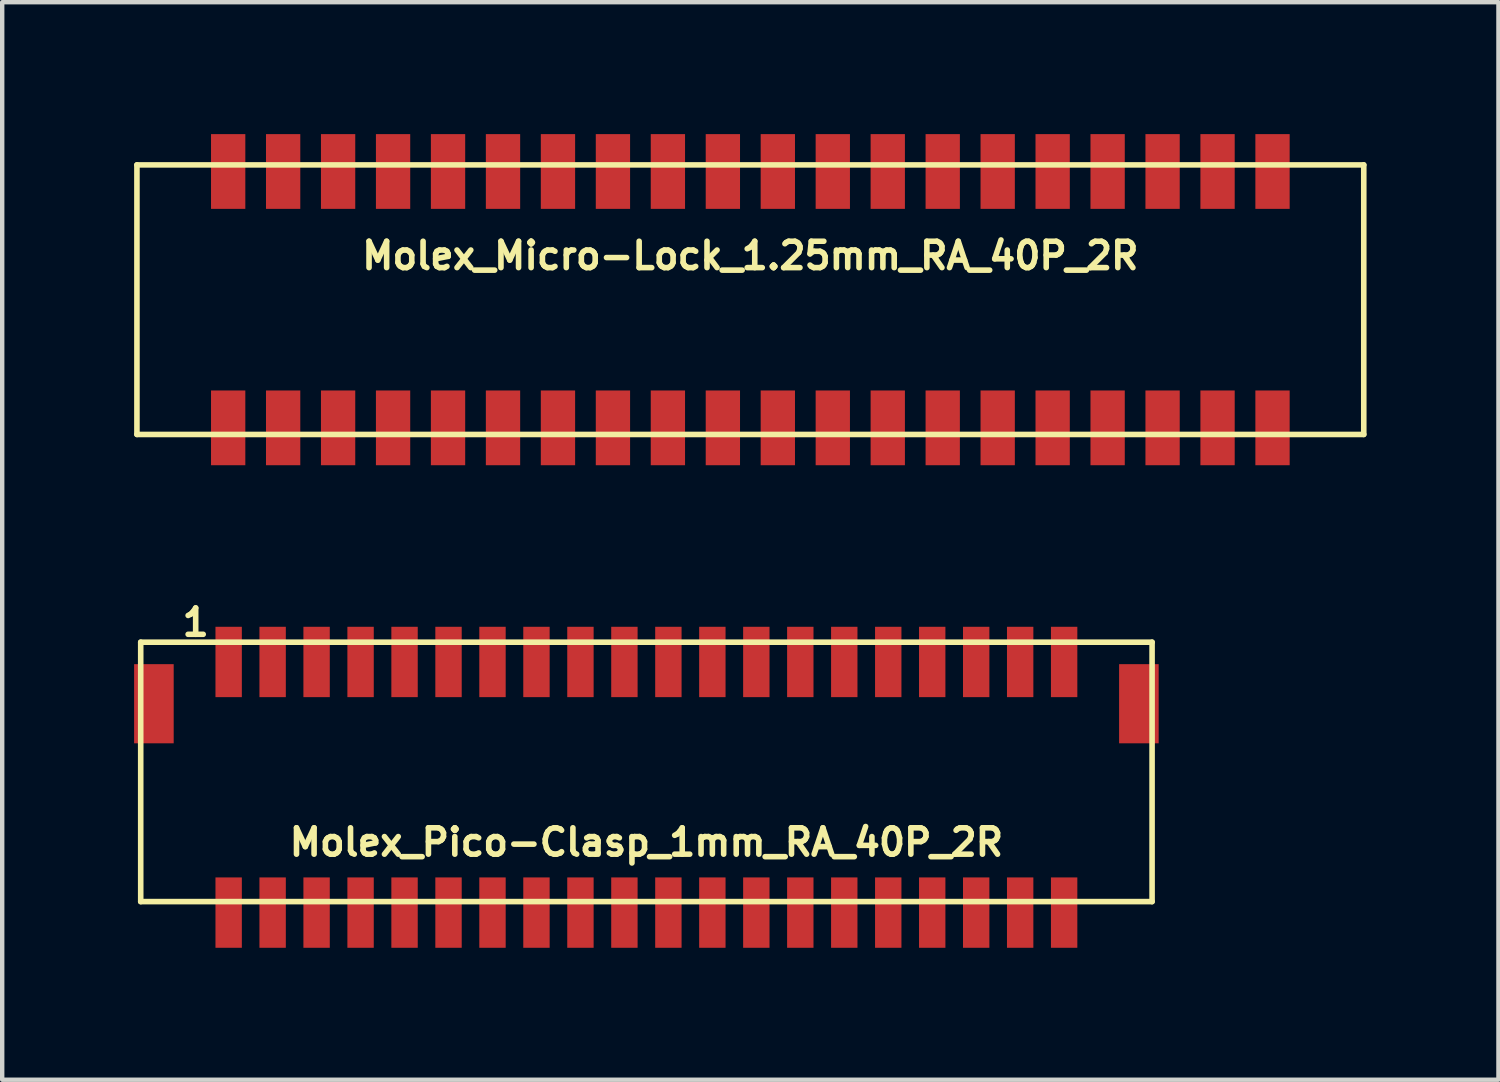
<source format=kicad_pcb>
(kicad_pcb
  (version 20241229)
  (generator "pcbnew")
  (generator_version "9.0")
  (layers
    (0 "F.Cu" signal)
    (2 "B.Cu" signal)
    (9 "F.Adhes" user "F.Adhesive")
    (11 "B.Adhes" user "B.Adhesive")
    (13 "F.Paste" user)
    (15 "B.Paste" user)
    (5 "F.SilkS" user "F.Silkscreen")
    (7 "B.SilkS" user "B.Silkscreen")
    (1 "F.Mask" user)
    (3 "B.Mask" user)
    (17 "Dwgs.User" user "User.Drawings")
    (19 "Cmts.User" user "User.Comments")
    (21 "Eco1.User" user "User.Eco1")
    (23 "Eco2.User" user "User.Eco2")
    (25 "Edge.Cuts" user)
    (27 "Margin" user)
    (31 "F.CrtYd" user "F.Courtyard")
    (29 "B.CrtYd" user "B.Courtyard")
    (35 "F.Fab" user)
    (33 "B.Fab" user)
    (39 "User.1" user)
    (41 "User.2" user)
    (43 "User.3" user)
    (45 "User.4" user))
  (footprint "Molex_Micro-Lock_1.25mm_RA_40P_2R"
    (layer "F.Cu")
    (at 14.014 3.765)
    (property "Reference" "Molex_Micro-Lock_1.25mm_RA_40P_2R" (at 0 -1 0) (layer "F.SilkS") (effects (font (size 0.6 0.6) (thickness 0.127))))
    (attr smd)
    (fp_line (start -13.95 -3.065) (end 13.95 -3.065) (stroke (width 0.127) (type solid)) (layer "F.SilkS"))
    (fp_line (start -13.95 3.065) (end -13.95 -3.065) (stroke (width 0.127) (type solid)) (layer "F.SilkS"))
    (fp_line (start -13.95 3.065) (end 13.95 3.065) (stroke (width 0.127) (type solid)) (layer "F.SilkS"))
    (fp_line (start 13.95 -3.065) (end 13.95 3.065) (stroke (width 0.127) (type solid)) (layer "F.SilkS"))
    (pad "1" smd rect (at -11.875 -2.915) (size 0.78 1.7) (layers "F.Cu" "F.Mask" "F.Paste"))
    (pad "2" smd rect (at -11.875 2.915) (size 0.78 1.7) (layers "F.Cu" "F.Mask" "F.Paste"))
    (pad "3" smd rect (at -10.625 -2.915) (size 0.78 1.7) (layers "F.Cu" "F.Mask" "F.Paste"))
    (pad "4" smd rect (at -10.625 2.915) (size 0.78 1.7) (layers "F.Cu" "F.Mask" "F.Paste"))
    (pad "5" smd rect (at -9.375 -2.915) (size 0.78 1.7) (layers "F.Cu" "F.Mask" "F.Paste"))
    (pad "6" smd rect (at -9.375 2.915) (size 0.78 1.7) (layers "F.Cu" "F.Mask" "F.Paste"))
    (pad "7" smd rect (at -8.125 -2.915) (size 0.78 1.7) (layers "F.Cu" "F.Mask" "F.Paste"))
    (pad "8" smd rect (at -8.125 2.915) (size 0.78 1.7) (layers "F.Cu" "F.Mask" "F.Paste"))
    (pad "9" smd rect (at -6.875 -2.915) (size 0.78 1.7) (layers "F.Cu" "F.Mask" "F.Paste"))
    (pad "10" smd rect (at -6.875 2.915) (size 0.78 1.7) (layers "F.Cu" "F.Mask" "F.Paste"))
    (pad "11" smd rect (at -5.625 -2.915) (size 0.78 1.7) (layers "F.Cu" "F.Mask" "F.Paste"))
    (pad "12" smd rect (at -5.625 2.915) (size 0.78 1.7) (layers "F.Cu" "F.Mask" "F.Paste"))
    (pad "13" smd rect (at -4.375 -2.915) (size 0.78 1.7) (layers "F.Cu" "F.Mask" "F.Paste"))
    (pad "14" smd rect (at -4.375 2.915) (size 0.78 1.7) (layers "F.Cu" "F.Mask" "F.Paste"))
    (pad "15" smd rect (at -3.125 -2.915) (size 0.78 1.7) (layers "F.Cu" "F.Mask" "F.Paste"))
    (pad "16" smd rect (at -3.125 2.915) (size 0.78 1.7) (layers "F.Cu" "F.Mask" "F.Paste"))
    (pad "17" smd rect (at -1.875 -2.915) (size 0.78 1.7) (layers "F.Cu" "F.Mask" "F.Paste"))
    (pad "18" smd rect (at -1.875 2.915) (size 0.78 1.7) (layers "F.Cu" "F.Mask" "F.Paste"))
    (pad "19" smd rect (at -0.625 -2.915) (size 0.78 1.7) (layers "F.Cu" "F.Mask" "F.Paste"))
    (pad "20" smd rect (at -0.625 2.915) (size 0.78 1.7) (layers "F.Cu" "F.Mask" "F.Paste"))
    (pad "21" smd rect (at 0.625 -2.915) (size 0.78 1.7) (layers "F.Cu" "F.Mask" "F.Paste"))
    (pad "22" smd rect (at 0.625 2.915) (size 0.78 1.7) (layers "F.Cu" "F.Mask" "F.Paste"))
    (pad "23" smd rect (at 1.875 -2.915) (size 0.78 1.7) (layers "F.Cu" "F.Mask" "F.Paste"))
    (pad "24" smd rect (at 1.875 2.915) (size 0.78 1.7) (layers "F.Cu" "F.Mask" "F.Paste"))
    (pad "25" smd rect (at 3.125 -2.915) (size 0.78 1.7) (layers "F.Cu" "F.Mask" "F.Paste"))
    (pad "26" smd rect (at 3.125 2.915) (size 0.78 1.7) (layers "F.Cu" "F.Mask" "F.Paste"))
    (pad "27" smd rect (at 4.375 -2.915) (size 0.78 1.7) (layers "F.Cu" "F.Mask" "F.Paste"))
    (pad "28" smd rect (at 4.375 2.915) (size 0.78 1.7) (layers "F.Cu" "F.Mask" "F.Paste"))
    (pad "29" smd rect (at 5.625 -2.915) (size 0.78 1.7) (layers "F.Cu" "F.Mask" "F.Paste"))
    (pad "30" smd rect (at 5.625 2.915) (size 0.78 1.7) (layers "F.Cu" "F.Mask" "F.Paste"))
    (pad "31" smd rect (at 6.875 -2.915) (size 0.78 1.7) (layers "F.Cu" "F.Mask" "F.Paste"))
    (pad "32" smd rect (at 6.875 2.915) (size 0.78 1.7) (layers "F.Cu" "F.Mask" "F.Paste"))
    (pad "33" smd rect (at 8.125 -2.915) (size 0.78 1.7) (layers "F.Cu" "F.Mask" "F.Paste"))
    (pad "34" smd rect (at 8.125 2.915) (size 0.78 1.7) (layers "F.Cu" "F.Mask" "F.Paste"))
    (pad "35" smd rect (at 9.375 -2.915) (size 0.78 1.7) (layers "F.Cu" "F.Mask" "F.Paste"))
    (pad "36" smd rect (at 9.375 2.915) (size 0.78 1.7) (layers "F.Cu" "F.Mask" "F.Paste"))
    (pad "37" smd rect (at 10.625 -2.915) (size 0.78 1.7) (layers "F.Cu" "F.Mask" "F.Paste"))
    (pad "38" smd rect (at 10.625 2.915) (size 0.78 1.7) (layers "F.Cu" "F.Mask" "F.Paste"))
    (pad "39" smd rect (at 11.875 -2.915) (size 0.78 1.7) (layers "F.Cu" "F.Mask" "F.Paste"))
    (pad "40" smd rect (at 11.875 2.915) (size 0.78 1.7) (layers "F.Cu" "F.Mask" "F.Paste")))
  (footprint "Molex_Pico-Clasp_1mm_RA_40P_2R"
    (layer "F.Cu")
    (at 11.65 14.854)
    (property "Reference" "Molex_Pico-Clasp_1mm_RA_40P_2R" (at 0 1.25 0) (layer "F.SilkS") (effects (font (size 0.6 0.6) (thickness 0.127))))
    (attr smd)
    (fp_line (start -11.5 -3.3) (end -11.5 2.6) (stroke (width 0.127) (type solid)) (layer "F.SilkS"))
    (fp_line (start -11.5 2.6) (end 11.5 2.6) (stroke (width 0.127) (type solid)) (layer "F.SilkS"))
    (fp_line (start 11.5 -3.3) (end -11.5 -3.3) (stroke (width 0.127) (type solid)) (layer "F.SilkS"))
    (fp_line (start 11.5 2.6) (end 11.5 -3.3) (stroke (width 0.127) (type solid)) (layer "F.SilkS"))
    (fp_text user "1" (at -10.25 -3.75 0) (layer "F.SilkS") (effects (font (size 0.6 0.6) (thickness 0.127))))
    (pad "1" smd rect (at -9.5 -2.85) (size 0.6 1.6) (layers "F.Cu" "F.Mask" "F.Paste"))
    (pad "2" smd rect (at -9.5 2.85) (size 0.6 1.6) (layers "F.Cu" "F.Mask" "F.Paste"))
    (pad "3" smd rect (at -8.5 -2.85) (size 0.6 1.6) (layers "F.Cu" "F.Mask" "F.Paste"))
    (pad "4" smd rect (at -8.5 2.85) (size 0.6 1.6) (layers "F.Cu" "F.Mask" "F.Paste"))
    (pad "5" smd rect (at -7.5 -2.85) (size 0.6 1.6) (layers "F.Cu" "F.Mask" "F.Paste"))
    (pad "6" smd rect (at -7.5 2.85) (size 0.6 1.6) (layers "F.Cu" "F.Mask" "F.Paste"))
    (pad "7" smd rect (at -6.5 -2.85) (size 0.6 1.6) (layers "F.Cu" "F.Mask" "F.Paste"))
    (pad "8" smd rect (at -6.5 2.85) (size 0.6 1.6) (layers "F.Cu" "F.Mask" "F.Paste"))
    (pad "9" smd rect (at -5.5 -2.85) (size 0.6 1.6) (layers "F.Cu" "F.Mask" "F.Paste"))
    (pad "10" smd rect (at -5.5 2.85) (size 0.6 1.6) (layers "F.Cu" "F.Mask" "F.Paste"))
    (pad "11" smd rect (at -4.5 -2.85) (size 0.6 1.6) (layers "F.Cu" "F.Mask" "F.Paste"))
    (pad "12" smd rect (at -4.5 2.85) (size 0.6 1.6) (layers "F.Cu" "F.Mask" "F.Paste"))
    (pad "13" smd rect (at -3.5 -2.85) (size 0.6 1.6) (layers "F.Cu" "F.Mask" "F.Paste"))
    (pad "14" smd rect (at -3.5 2.85) (size 0.6 1.6) (layers "F.Cu" "F.Mask" "F.Paste"))
    (pad "15" smd rect (at -2.5 -2.85) (size 0.6 1.6) (layers "F.Cu" "F.Mask" "F.Paste"))
    (pad "16" smd rect (at -2.5 2.85) (size 0.6 1.6) (layers "F.Cu" "F.Mask" "F.Paste"))
    (pad "17" smd rect (at -1.5 -2.85) (size 0.6 1.6) (layers "F.Cu" "F.Mask" "F.Paste"))
    (pad "18" smd rect (at -1.5 2.85) (size 0.6 1.6) (layers "F.Cu" "F.Mask" "F.Paste"))
    (pad "19" smd rect (at -0.5 -2.85) (size 0.6 1.6) (layers "F.Cu" "F.Mask" "F.Paste"))
    (pad "20" smd rect (at -0.5 2.85) (size 0.6 1.6) (layers "F.Cu" "F.Mask" "F.Paste"))
    (pad "21" smd rect (at 0.5 -2.85) (size 0.6 1.6) (layers "F.Cu" "F.Mask" "F.Paste"))
    (pad "22" smd rect (at 0.5 2.85) (size 0.6 1.6) (layers "F.Cu" "F.Mask" "F.Paste"))
    (pad "23" smd rect (at 1.5 -2.85) (size 0.6 1.6) (layers "F.Cu" "F.Mask" "F.Paste"))
    (pad "24" smd rect (at 1.5 2.85) (size 0.6 1.6) (layers "F.Cu" "F.Mask" "F.Paste"))
    (pad "25" smd rect (at 2.5 -2.85) (size 0.6 1.6) (layers "F.Cu" "F.Mask" "F.Paste"))
    (pad "26" smd rect (at 2.5 2.85) (size 0.6 1.6) (layers "F.Cu" "F.Mask" "F.Paste"))
    (pad "27" smd rect (at 3.5 -2.85) (size 0.6 1.6) (layers "F.Cu" "F.Mask" "F.Paste"))
    (pad "28" smd rect (at 3.5 2.85) (size 0.6 1.6) (layers "F.Cu" "F.Mask" "F.Paste"))
    (pad "29" smd rect (at 4.5 -2.85) (size 0.6 1.6) (layers "F.Cu" "F.Mask" "F.Paste"))
    (pad "30" smd rect (at 4.5 2.85) (size 0.6 1.6) (layers "F.Cu" "F.Mask" "F.Paste"))
    (pad "31" smd rect (at 5.5 -2.85) (size 0.6 1.6) (layers "F.Cu" "F.Mask" "F.Paste"))
    (pad "32" smd rect (at 5.5 2.85) (size 0.6 1.6) (layers "F.Cu" "F.Mask" "F.Paste"))
    (pad "33" smd rect (at 6.5 -2.85) (size 0.6 1.6) (layers "F.Cu" "F.Mask" "F.Paste"))
    (pad "34" smd rect (at 6.5 2.85) (size 0.6 1.6) (layers "F.Cu" "F.Mask" "F.Paste"))
    (pad "35" smd rect (at 7.5 -2.85) (size 0.6 1.6) (layers "F.Cu" "F.Mask" "F.Paste"))
    (pad "36" smd rect (at 7.5 2.85) (size 0.6 1.6) (layers "F.Cu" "F.Mask" "F.Paste"))
    (pad "37" smd rect (at 8.5 -2.85) (size 0.6 1.6) (layers "F.Cu" "F.Mask" "F.Paste"))
    (pad "38" smd rect (at 8.5 2.85) (size 0.6 1.6) (layers "F.Cu" "F.Mask" "F.Paste"))
    (pad "39" smd rect (at 9.5 -2.85) (size 0.6 1.6) (layers "F.Cu" "F.Mask" "F.Paste"))
    (pad "40" smd rect (at 9.5 2.85) (size 0.6 1.6) (layers "F.Cu" "F.Mask" "F.Paste"))
    (pad "41" smd rect (at -11.2 -1.9) (size 0.9 1.8) (layers "F.Cu" "F.Mask" "F.Paste"))
    (pad "41" smd rect (at 11.2 -1.9) (size 0.9 1.8) (layers "F.Cu" "F.Mask" "F.Paste")))
  (gr_rect
    (start -3 -3)
    (end 31.027 21.504)
    (stroke (width 0.1) (type default))
    (fill no)
    (layer "Edge.Cuts")))
</source>
